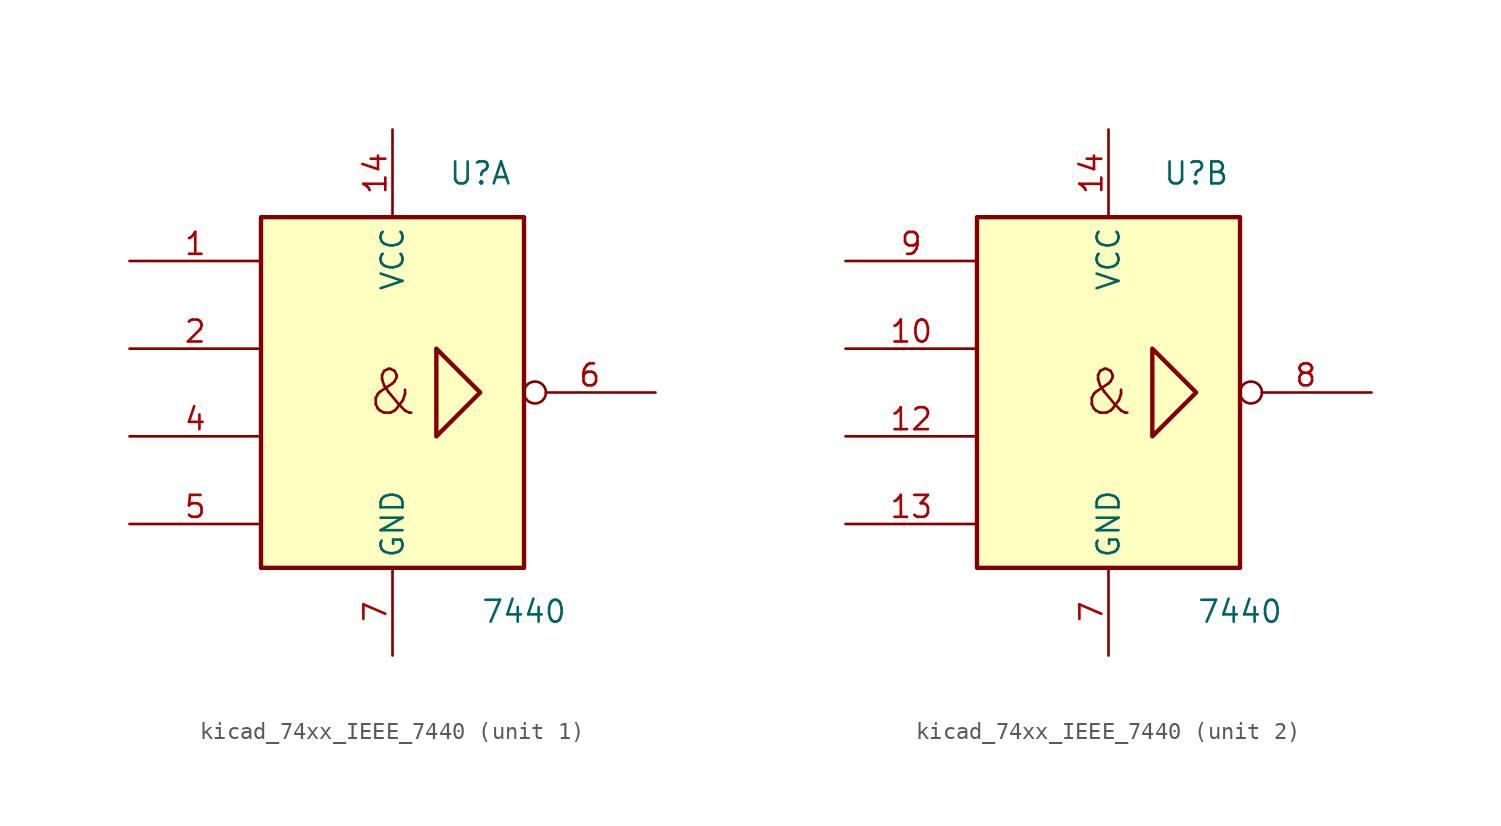
<source format=kicad_sym>
(kicad_symbol_lib
  (version 20220914)
  (generator kicad_symbol_editor)
  (symbol "kicad_74xx_IEEE_7440"
    (property "Reference" "U"
      (at 5.08 12.7 0)
      (effects (font (size 1.27 1.27))))
    (property "Value" "7440"
      (at 7.62 -12.7 0)
      (effects (font (size 1.27 1.27))))
    (symbol "kicad_74xx_IEEE_7440_0_0"
      (text "&" (at 0 0 0) (effects (font (size 2.54 2.54)))))
    (symbol "kicad_74xx_IEEE_7440_0_1"
      (rectangle (start -7.62 10.16) (end 7.62 -10.16) (stroke (width 0.254) (type default)) (fill (type background)))
      (polyline (pts (xy 2.54 2.54) (xy 2.54 -2.54) (xy 5.08 0) (xy 2.54 2.54) (xy 2.54 2.54)) (stroke (width 0.254) (type default)) (fill (type background)))
      (pin power_in line (at 0 15.24 270) (length 5.08) (name "VCC" (effects (font (size 1.27 1.27)))) (number "14" (effects (font (size 1.27 1.27)))))
      (pin power_in line (at 0 -15.24 90) (length 5.08) (name "GND" (effects (font (size 1.27 1.27)))) (number "7" (effects (font (size 1.27 1.27))))))
    (symbol "kicad_74xx_IEEE_7440_1_1"
      (pin input line (at -15.24 7.62 0) (length 7.62) (name "~" (effects (font (size 1.27 1.27)))) (number "1" (effects (font (size 1.27 1.27)))))
      (pin input line (at -15.24 2.54 0) (length 7.62) (name "~" (effects (font (size 1.27 1.27)))) (number "2" (effects (font (size 1.27 1.27)))))
      (pin input line (at -15.24 -2.54 0) (length 7.62) (name "~" (effects (font (size 1.27 1.27)))) (number "4" (effects (font (size 1.27 1.27)))))
      (pin input line (at -15.24 -7.62 0) (length 7.62) (name "~" (effects (font (size 1.27 1.27)))) (number "5" (effects (font (size 1.27 1.27)))))
      (pin output inverted (at 15.24 0 180) (length 7.62) (name "~" (effects (font (size 1.27 1.27)))) (number "6" (effects (font (size 1.27 1.27))))))
    (symbol "kicad_74xx_IEEE_7440_2_1"
      (pin input line (at -15.24 2.54 0) (length 7.62) (name "~" (effects (font (size 1.27 1.27)))) (number "10" (effects (font (size 1.27 1.27)))))
      (pin input line (at -15.24 -2.54 0) (length 7.62) (name "~" (effects (font (size 1.27 1.27)))) (number "12" (effects (font (size 1.27 1.27)))))
      (pin input line (at -15.24 -7.62 0) (length 7.62) (name "~" (effects (font (size 1.27 1.27)))) (number "13" (effects (font (size 1.27 1.27)))))
      (pin output inverted (at 15.24 0 180) (length 7.62) (name "~" (effects (font (size 1.27 1.27)))) (number "8" (effects (font (size 1.27 1.27)))))
      (pin input line (at -15.24 7.62 0) (length 7.62) (name "~" (effects (font (size 1.27 1.27)))) (number "9" (effects (font (size 1.27 1.27))))))))
</source>
